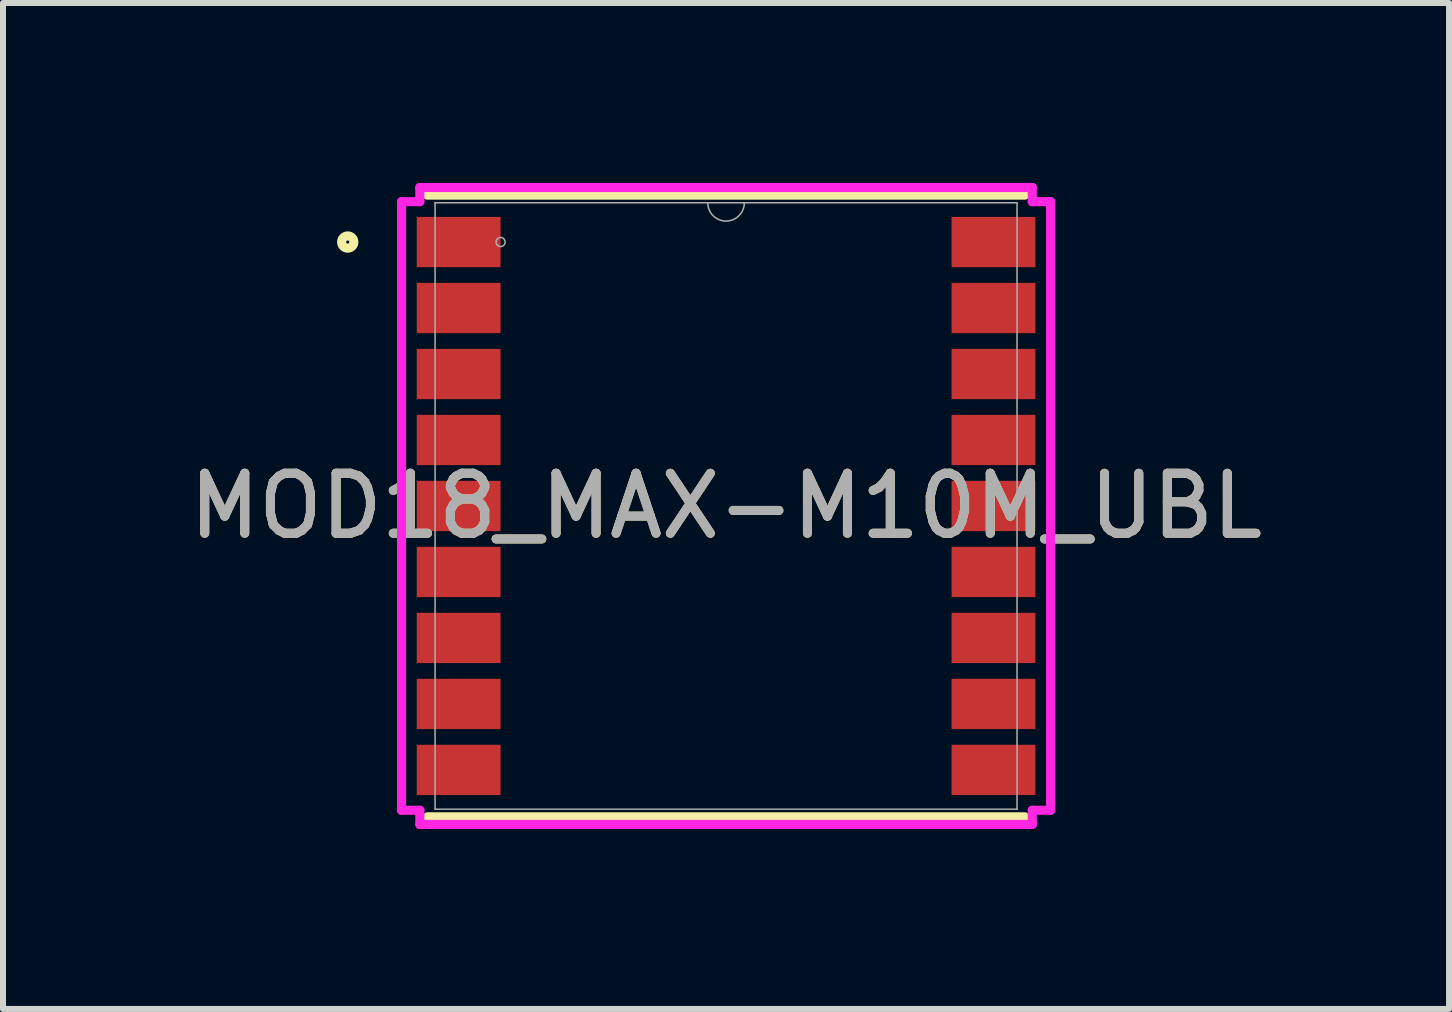
<source format=kicad_pcb>
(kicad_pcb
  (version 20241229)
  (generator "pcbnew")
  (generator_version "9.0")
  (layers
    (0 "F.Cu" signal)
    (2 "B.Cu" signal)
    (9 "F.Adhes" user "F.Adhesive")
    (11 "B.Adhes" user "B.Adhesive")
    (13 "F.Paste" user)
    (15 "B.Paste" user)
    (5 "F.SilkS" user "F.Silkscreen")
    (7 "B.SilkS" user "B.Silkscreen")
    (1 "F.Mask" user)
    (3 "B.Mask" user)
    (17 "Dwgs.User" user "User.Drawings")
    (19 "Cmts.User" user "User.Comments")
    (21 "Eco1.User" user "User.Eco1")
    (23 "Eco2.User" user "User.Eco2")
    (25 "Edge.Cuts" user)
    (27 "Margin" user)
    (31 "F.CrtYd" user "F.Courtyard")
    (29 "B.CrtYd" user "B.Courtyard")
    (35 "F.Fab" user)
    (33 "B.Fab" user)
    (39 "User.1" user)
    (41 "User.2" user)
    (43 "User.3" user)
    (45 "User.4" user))
  (footprint "MOD18_MAX-M10M_UBL"
    (layer "F.Cu")
    (at 9.054 5.385)
    (property "Reference" "MOD18_MAX-M10M_UBL" (at 0 0 0) (unlocked yes) (layer "F.SilkS") (effects (font (size 1 1) (thickness 0.15))))
    (attr smd)
    (fp_line (start -4.978 5.182) (end 4.978 5.182) (stroke (width 0.152) (type solid)) (layer "F.SilkS"))
    (fp_line (start 4.978 -5.182) (end -4.978 -5.182) (stroke (width 0.152) (type solid)) (layer "F.SilkS"))
    (fp_circle (center -6.307 -4.4) (end -6.205 -4.4) (stroke (width 0.152) (type solid)) (fill no) (layer "F.SilkS"))
    (fp_line (start -5.41 -5.073) (end -5.105 -5.073) (stroke (width 0.152) (type solid)) (layer "F.CrtYd"))
    (fp_line (start -5.41 5.073) (end -5.41 -5.073) (stroke (width 0.152) (type solid)) (layer "F.CrtYd"))
    (fp_line (start -5.41 5.073) (end -5.105 5.073) (stroke (width 0.152) (type solid)) (layer "F.CrtYd"))
    (fp_line (start -5.105 -5.309) (end 5.105 -5.309) (stroke (width 0.152) (type solid)) (layer "F.CrtYd"))
    (fp_line (start -5.105 -5.073) (end -5.105 -5.309) (stroke (width 0.152) (type solid)) (layer "F.CrtYd"))
    (fp_line (start -5.105 5.309) (end -5.105 5.073) (stroke (width 0.152) (type solid)) (layer "F.CrtYd"))
    (fp_line (start 5.105 -5.309) (end 5.105 -5.073) (stroke (width 0.152) (type solid)) (layer "F.CrtYd"))
    (fp_line (start 5.105 5.073) (end 5.105 5.309) (stroke (width 0.152) (type solid)) (layer "F.CrtYd"))
    (fp_line (start 5.105 5.309) (end -5.105 5.309) (stroke (width 0.152) (type solid)) (layer "F.CrtYd"))
    (fp_line (start 5.41 -5.073) (end 5.105 -5.073) (stroke (width 0.152) (type solid)) (layer "F.CrtYd"))
    (fp_line (start 5.41 -5.073) (end 5.41 5.073) (stroke (width 0.152) (type solid)) (layer "F.CrtYd"))
    (fp_line (start 5.41 5.073) (end 5.105 5.073) (stroke (width 0.152) (type solid)) (layer "F.CrtYd"))
    (fp_line (start -4.851 -5.055) (end -4.851 5.055) (stroke (width 0.025) (type solid)) (layer "F.Fab"))
    (fp_line (start -4.851 5.055) (end 4.851 5.055) (stroke (width 0.025) (type solid)) (layer "F.Fab"))
    (fp_line (start 4.851 -5.055) (end -4.851 -5.055) (stroke (width 0.025) (type solid)) (layer "F.Fab"))
    (fp_line (start 4.851 5.055) (end 4.851 -5.055) (stroke (width 0.025) (type solid)) (layer "F.Fab"))
    (fp_arc (start 0.3048 -5.0546) (mid 0 -4.7498) (end -0.3048 -5.0546) (stroke (width 0.0254) (type solid)) (layer "F.Fab"))
    (fp_circle (center -3.759 -4.4) (end -3.683 -4.4) (stroke (width 0.025) (type solid)) (fill no) (layer "F.Fab"))
    (fp_text user "${REFERENCE}" (at 0 0 0) (unlocked yes) (layer "F.Fab") (effects (font (size 1 1) (thickness 0.15))))
    (pad "1" smd rect (at -4.458 -4.4) (size 1.397 0.838) (layers "F.Cu" "F.Mask" "F.Paste"))
    (pad "2" smd rect (at -4.458 -3.3) (size 1.397 0.838) (layers "F.Cu" "F.Mask" "F.Paste"))
    (pad "3" smd rect (at -4.458 -2.2) (size 1.397 0.838) (layers "F.Cu" "F.Mask" "F.Paste"))
    (pad "4" smd rect (at -4.458 -1.1) (size 1.397 0.838) (layers "F.Cu" "F.Mask" "F.Paste"))
    (pad "5" smd rect (at -4.458 0) (size 1.397 0.838) (layers "F.Cu" "F.Mask" "F.Paste"))
    (pad "6" smd rect (at -4.458 1.1) (size 1.397 0.838) (layers "F.Cu" "F.Mask" "F.Paste"))
    (pad "7" smd rect (at -4.458 2.2) (size 1.397 0.838) (layers "F.Cu" "F.Mask" "F.Paste"))
    (pad "8" smd rect (at -4.458 3.3) (size 1.397 0.838) (layers "F.Cu" "F.Mask" "F.Paste"))
    (pad "9" smd rect (at -4.458 4.4) (size 1.397 0.838) (layers "F.Cu" "F.Mask" "F.Paste"))
    (pad "10" smd rect (at 4.458 4.4) (size 1.397 0.838) (layers "F.Cu" "F.Mask" "F.Paste"))
    (pad "11" smd rect (at 4.458 3.3) (size 1.397 0.838) (layers "F.Cu" "F.Mask" "F.Paste"))
    (pad "12" smd rect (at 4.458 2.2) (size 1.397 0.838) (layers "F.Cu" "F.Mask" "F.Paste"))
    (pad "13" smd rect (at 4.458 1.1) (size 1.397 0.838) (layers "F.Cu" "F.Mask" "F.Paste"))
    (pad "14" smd rect (at 4.458 0) (size 1.397 0.838) (layers "F.Cu" "F.Mask" "F.Paste"))
    (pad "15" smd rect (at 4.458 -1.1) (size 1.397 0.838) (layers "F.Cu" "F.Mask" "F.Paste"))
    (pad "16" smd rect (at 4.458 -2.2) (size 1.397 0.838) (layers "F.Cu" "F.Mask" "F.Paste"))
    (pad "17" smd rect (at 4.458 -3.3) (size 1.397 0.838) (layers "F.Cu" "F.Mask" "F.Paste"))
    (pad "18" smd rect (at 4.458 -4.4) (size 1.397 0.838) (layers "F.Cu" "F.Mask" "F.Paste")))
  (gr_rect
    (start -3 -3)
    (end 21.107 13.77)
    (stroke (width 0.1) (type default))
    (fill no)
    (layer "Edge.Cuts")))
</source>
